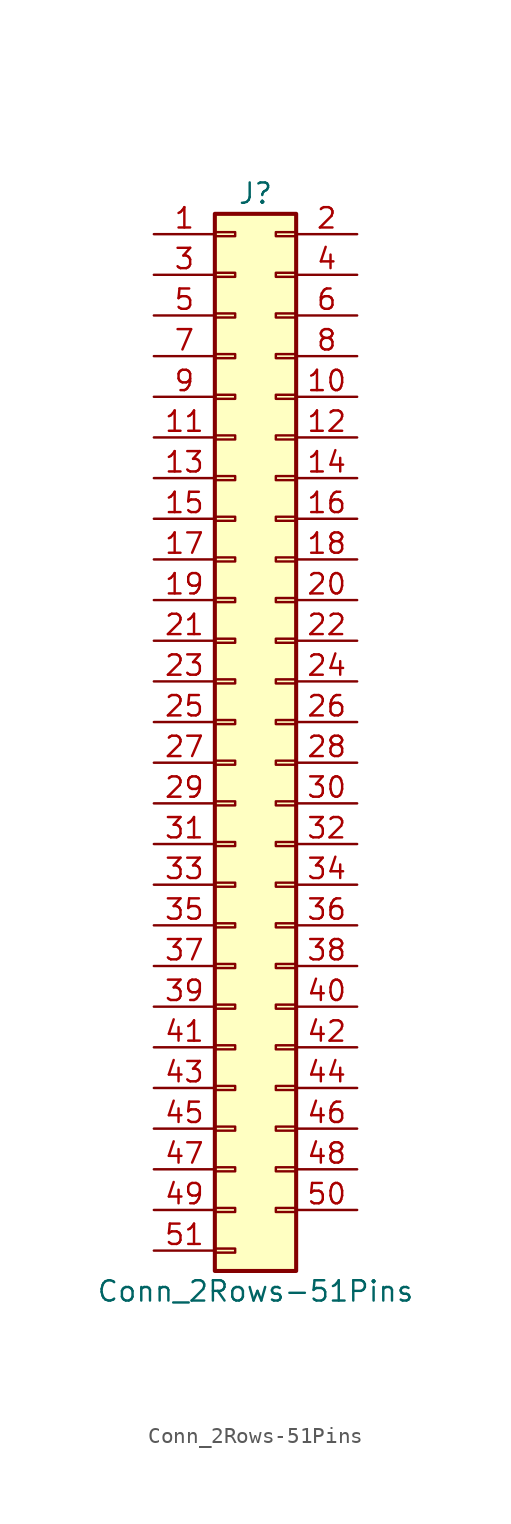
<source format=kicad_sym>
(kicad_symbol_lib
  (version 20220914)
  (generator kicad_symbol_editor)
  (symbol "Conn_2Rows-51Pins"
    (pin_names
      (offset 1.016) hide)
    (property "Reference" "J"
      (at 1.27 33.02 0)
      (effects (font (size 1.27 1.27))))
    (property "Value" "Conn_2Rows-51Pins"
      (at 1.27 -35.56 0)
      (effects (font (size 1.27 1.27))))
    (symbol "Conn_2Rows-51Pins_1_1"
      (rectangle (start -1.27 -32.893) (end 0 -33.147) (stroke (width 0.152) (type default)) (fill (type none)))
      (rectangle (start -1.27 -30.353) (end 0 -30.607) (stroke (width 0.152) (type default)) (fill (type none)))
      (rectangle (start -1.27 -27.813) (end 0 -28.067) (stroke (width 0.152) (type default)) (fill (type none)))
      (rectangle (start -1.27 -25.273) (end 0 -25.527) (stroke (width 0.152) (type default)) (fill (type none)))
      (rectangle (start -1.27 -22.733) (end 0 -22.987) (stroke (width 0.152) (type default)) (fill (type none)))
      (rectangle (start -1.27 -20.193) (end 0 -20.447) (stroke (width 0.152) (type default)) (fill (type none)))
      (rectangle (start -1.27 -17.653) (end 0 -17.907) (stroke (width 0.152) (type default)) (fill (type none)))
      (rectangle (start -1.27 -15.113) (end 0 -15.367) (stroke (width 0.152) (type default)) (fill (type none)))
      (rectangle (start -1.27 -12.573) (end 0 -12.827) (stroke (width 0.152) (type default)) (fill (type none)))
      (rectangle (start -1.27 -10.033) (end 0 -10.287) (stroke (width 0.152) (type default)) (fill (type none)))
      (rectangle (start -1.27 -7.493) (end 0 -7.747) (stroke (width 0.152) (type default)) (fill (type none)))
      (rectangle (start -1.27 -4.953) (end 0 -5.207) (stroke (width 0.152) (type default)) (fill (type none)))
      (rectangle (start -1.27 -2.413) (end 0 -2.667) (stroke (width 0.152) (type default)) (fill (type none)))
      (rectangle (start -1.27 0.127) (end 0 -0.127) (stroke (width 0.152) (type default)) (fill (type none)))
      (rectangle (start -1.27 2.667) (end 0 2.413) (stroke (width 0.152) (type default)) (fill (type none)))
      (rectangle (start -1.27 5.207) (end 0 4.953) (stroke (width 0.152) (type default)) (fill (type none)))
      (rectangle (start -1.27 7.747) (end 0 7.493) (stroke (width 0.152) (type default)) (fill (type none)))
      (rectangle (start -1.27 10.287) (end 0 10.033) (stroke (width 0.152) (type default)) (fill (type none)))
      (rectangle (start -1.27 12.827) (end 0 12.573) (stroke (width 0.152) (type default)) (fill (type none)))
      (rectangle (start -1.27 15.367) (end 0 15.113) (stroke (width 0.152) (type default)) (fill (type none)))
      (rectangle (start -1.27 17.907) (end 0 17.653) (stroke (width 0.152) (type default)) (fill (type none)))
      (rectangle (start -1.27 20.447) (end 0 20.193) (stroke (width 0.152) (type default)) (fill (type none)))
      (rectangle (start -1.27 22.987) (end 0 22.733) (stroke (width 0.152) (type default)) (fill (type none)))
      (rectangle (start -1.27 25.527) (end 0 25.273) (stroke (width 0.152) (type default)) (fill (type none)))
      (rectangle (start -1.27 28.067) (end 0 27.813) (stroke (width 0.152) (type default)) (fill (type none)))
      (rectangle (start -1.27 30.607) (end 0 30.353) (stroke (width 0.152) (type default)) (fill (type none)))
      (rectangle (start -1.27 31.75) (end 3.81 -34.29) (stroke (width 0.254) (type default)) (fill (type background)))
      (rectangle (start 3.81 -30.353) (end 2.54 -30.607) (stroke (width 0.152) (type default)) (fill (type none)))
      (rectangle (start 3.81 -27.813) (end 2.54 -28.067) (stroke (width 0.152) (type default)) (fill (type none)))
      (rectangle (start 3.81 -25.273) (end 2.54 -25.527) (stroke (width 0.152) (type default)) (fill (type none)))
      (rectangle (start 3.81 -22.733) (end 2.54 -22.987) (stroke (width 0.152) (type default)) (fill (type none)))
      (rectangle (start 3.81 -20.193) (end 2.54 -20.447) (stroke (width 0.152) (type default)) (fill (type none)))
      (rectangle (start 3.81 -17.653) (end 2.54 -17.907) (stroke (width 0.152) (type default)) (fill (type none)))
      (rectangle (start 3.81 -15.113) (end 2.54 -15.367) (stroke (width 0.152) (type default)) (fill (type none)))
      (rectangle (start 3.81 -12.573) (end 2.54 -12.827) (stroke (width 0.152) (type default)) (fill (type none)))
      (rectangle (start 3.81 -10.033) (end 2.54 -10.287) (stroke (width 0.152) (type default)) (fill (type none)))
      (rectangle (start 3.81 -7.493) (end 2.54 -7.747) (stroke (width 0.152) (type default)) (fill (type none)))
      (rectangle (start 3.81 -4.953) (end 2.54 -5.207) (stroke (width 0.152) (type default)) (fill (type none)))
      (rectangle (start 3.81 -2.413) (end 2.54 -2.667) (stroke (width 0.152) (type default)) (fill (type none)))
      (rectangle (start 3.81 0.127) (end 2.54 -0.127) (stroke (width 0.152) (type default)) (fill (type none)))
      (rectangle (start 3.81 2.667) (end 2.54 2.413) (stroke (width 0.152) (type default)) (fill (type none)))
      (rectangle (start 3.81 5.207) (end 2.54 4.953) (stroke (width 0.152) (type default)) (fill (type none)))
      (rectangle (start 3.81 7.747) (end 2.54 7.493) (stroke (width 0.152) (type default)) (fill (type none)))
      (rectangle (start 3.81 10.287) (end 2.54 10.033) (stroke (width 0.152) (type default)) (fill (type none)))
      (rectangle (start 3.81 12.827) (end 2.54 12.573) (stroke (width 0.152) (type default)) (fill (type none)))
      (rectangle (start 3.81 15.367) (end 2.54 15.113) (stroke (width 0.152) (type default)) (fill (type none)))
      (rectangle (start 3.81 17.907) (end 2.54 17.653) (stroke (width 0.152) (type default)) (fill (type none)))
      (rectangle (start 3.81 20.447) (end 2.54 20.193) (stroke (width 0.152) (type default)) (fill (type none)))
      (rectangle (start 3.81 22.987) (end 2.54 22.733) (stroke (width 0.152) (type default)) (fill (type none)))
      (rectangle (start 3.81 25.527) (end 2.54 25.273) (stroke (width 0.152) (type default)) (fill (type none)))
      (rectangle (start 3.81 28.067) (end 2.54 27.813) (stroke (width 0.152) (type default)) (fill (type none)))
      (rectangle (start 3.81 30.607) (end 2.54 30.353) (stroke (width 0.152) (type default)) (fill (type none)))
      (pin passive line (at -5.08 30.48 0) (length 3.81) (name "Pin_1" (effects (font (size 1.27 1.27)))) (number "1" (effects (font (size 1.27 1.27)))))
      (pin passive line (at 7.62 20.32 180) (length 3.81) (name "Pin_10" (effects (font (size 1.27 1.27)))) (number "10" (effects (font (size 1.27 1.27)))))
      (pin passive line (at -5.08 17.78 0) (length 3.81) (name "Pin_11" (effects (font (size 1.27 1.27)))) (number "11" (effects (font (size 1.27 1.27)))))
      (pin passive line (at 7.62 17.78 180) (length 3.81) (name "Pin_12" (effects (font (size 1.27 1.27)))) (number "12" (effects (font (size 1.27 1.27)))))
      (pin passive line (at -5.08 15.24 0) (length 3.81) (name "Pin_13" (effects (font (size 1.27 1.27)))) (number "13" (effects (font (size 1.27 1.27)))))
      (pin passive line (at 7.62 15.24 180) (length 3.81) (name "Pin_14" (effects (font (size 1.27 1.27)))) (number "14" (effects (font (size 1.27 1.27)))))
      (pin passive line (at -5.08 12.7 0) (length 3.81) (name "Pin_15" (effects (font (size 1.27 1.27)))) (number "15" (effects (font (size 1.27 1.27)))))
      (pin passive line (at 7.62 12.7 180) (length 3.81) (name "Pin_16" (effects (font (size 1.27 1.27)))) (number "16" (effects (font (size 1.27 1.27)))))
      (pin passive line (at -5.08 10.16 0) (length 3.81) (name "Pin_17" (effects (font (size 1.27 1.27)))) (number "17" (effects (font (size 1.27 1.27)))))
      (pin passive line (at 7.62 10.16 180) (length 3.81) (name "Pin_18" (effects (font (size 1.27 1.27)))) (number "18" (effects (font (size 1.27 1.27)))))
      (pin passive line (at -5.08 7.62 0) (length 3.81) (name "Pin_19" (effects (font (size 1.27 1.27)))) (number "19" (effects (font (size 1.27 1.27)))))
      (pin passive line (at 7.62 30.48 180) (length 3.81) (name "Pin_2" (effects (font (size 1.27 1.27)))) (number "2" (effects (font (size 1.27 1.27)))))
      (pin passive line (at 7.62 7.62 180) (length 3.81) (name "Pin_20" (effects (font (size 1.27 1.27)))) (number "20" (effects (font (size 1.27 1.27)))))
      (pin passive line (at -5.08 5.08 0) (length 3.81) (name "Pin_21" (effects (font (size 1.27 1.27)))) (number "21" (effects (font (size 1.27 1.27)))))
      (pin passive line (at 7.62 5.08 180) (length 3.81) (name "Pin_22" (effects (font (size 1.27 1.27)))) (number "22" (effects (font (size 1.27 1.27)))))
      (pin passive line (at -5.08 2.54 0) (length 3.81) (name "Pin_23" (effects (font (size 1.27 1.27)))) (number "23" (effects (font (size 1.27 1.27)))))
      (pin passive line (at 7.62 2.54 180) (length 3.81) (name "Pin_24" (effects (font (size 1.27 1.27)))) (number "24" (effects (font (size 1.27 1.27)))))
      (pin passive line (at -5.08 0 0) (length 3.81) (name "Pin_25" (effects (font (size 1.27 1.27)))) (number "25" (effects (font (size 1.27 1.27)))))
      (pin passive line (at 7.62 0 180) (length 3.81) (name "Pin_26" (effects (font (size 1.27 1.27)))) (number "26" (effects (font (size 1.27 1.27)))))
      (pin passive line (at -5.08 -2.54 0) (length 3.81) (name "Pin_27" (effects (font (size 1.27 1.27)))) (number "27" (effects (font (size 1.27 1.27)))))
      (pin passive line (at 7.62 -2.54 180) (length 3.81) (name "Pin_28" (effects (font (size 1.27 1.27)))) (number "28" (effects (font (size 1.27 1.27)))))
      (pin passive line (at -5.08 -5.08 0) (length 3.81) (name "Pin_29" (effects (font (size 1.27 1.27)))) (number "29" (effects (font (size 1.27 1.27)))))
      (pin passive line (at -5.08 27.94 0) (length 3.81) (name "Pin_3" (effects (font (size 1.27 1.27)))) (number "3" (effects (font (size 1.27 1.27)))))
      (pin passive line (at 7.62 -5.08 180) (length 3.81) (name "Pin_30" (effects (font (size 1.27 1.27)))) (number "30" (effects (font (size 1.27 1.27)))))
      (pin passive line (at -5.08 -7.62 0) (length 3.81) (name "Pin_31" (effects (font (size 1.27 1.27)))) (number "31" (effects (font (size 1.27 1.27)))))
      (pin passive line (at 7.62 -7.62 180) (length 3.81) (name "Pin_32" (effects (font (size 1.27 1.27)))) (number "32" (effects (font (size 1.27 1.27)))))
      (pin passive line (at -5.08 -10.16 0) (length 3.81) (name "Pin_33" (effects (font (size 1.27 1.27)))) (number "33" (effects (font (size 1.27 1.27)))))
      (pin passive line (at 7.62 -10.16 180) (length 3.81) (name "Pin_34" (effects (font (size 1.27 1.27)))) (number "34" (effects (font (size 1.27 1.27)))))
      (pin passive line (at -5.08 -12.7 0) (length 3.81) (name "Pin_35" (effects (font (size 1.27 1.27)))) (number "35" (effects (font (size 1.27 1.27)))))
      (pin passive line (at 7.62 -12.7 180) (length 3.81) (name "Pin_36" (effects (font (size 1.27 1.27)))) (number "36" (effects (font (size 1.27 1.27)))))
      (pin passive line (at -5.08 -15.24 0) (length 3.81) (name "Pin_37" (effects (font (size 1.27 1.27)))) (number "37" (effects (font (size 1.27 1.27)))))
      (pin passive line (at 7.62 -15.24 180) (length 3.81) (name "Pin_38" (effects (font (size 1.27 1.27)))) (number "38" (effects (font (size 1.27 1.27)))))
      (pin passive line (at -5.08 -17.78 0) (length 3.81) (name "Pin_39" (effects (font (size 1.27 1.27)))) (number "39" (effects (font (size 1.27 1.27)))))
      (pin passive line (at 7.62 27.94 180) (length 3.81) (name "Pin_4" (effects (font (size 1.27 1.27)))) (number "4" (effects (font (size 1.27 1.27)))))
      (pin passive line (at 7.62 -17.78 180) (length 3.81) (name "Pin_40" (effects (font (size 1.27 1.27)))) (number "40" (effects (font (size 1.27 1.27)))))
      (pin passive line (at -5.08 -20.32 0) (length 3.81) (name "Pin_41" (effects (font (size 1.27 1.27)))) (number "41" (effects (font (size 1.27 1.27)))))
      (pin passive line (at 7.62 -20.32 180) (length 3.81) (name "Pin_42" (effects (font (size 1.27 1.27)))) (number "42" (effects (font (size 1.27 1.27)))))
      (pin passive line (at -5.08 -22.86 0) (length 3.81) (name "Pin_43" (effects (font (size 1.27 1.27)))) (number "43" (effects (font (size 1.27 1.27)))))
      (pin passive line (at 7.62 -22.86 180) (length 3.81) (name "Pin_44" (effects (font (size 1.27 1.27)))) (number "44" (effects (font (size 1.27 1.27)))))
      (pin passive line (at -5.08 -25.4 0) (length 3.81) (name "Pin_45" (effects (font (size 1.27 1.27)))) (number "45" (effects (font (size 1.27 1.27)))))
      (pin passive line (at 7.62 -25.4 180) (length 3.81) (name "Pin_46" (effects (font (size 1.27 1.27)))) (number "46" (effects (font (size 1.27 1.27)))))
      (pin passive line (at -5.08 -27.94 0) (length 3.81) (name "Pin_47" (effects (font (size 1.27 1.27)))) (number "47" (effects (font (size 1.27 1.27)))))
      (pin passive line (at 7.62 -27.94 180) (length 3.81) (name "Pin_48" (effects (font (size 1.27 1.27)))) (number "48" (effects (font (size 1.27 1.27)))))
      (pin passive line (at -5.08 -30.48 0) (length 3.81) (name "Pin_49" (effects (font (size 1.27 1.27)))) (number "49" (effects (font (size 1.27 1.27)))))
      (pin passive line (at -5.08 25.4 0) (length 3.81) (name "Pin_5" (effects (font (size 1.27 1.27)))) (number "5" (effects (font (size 1.27 1.27)))))
      (pin passive line (at 7.62 -30.48 180) (length 3.81) (name "Pin_50" (effects (font (size 1.27 1.27)))) (number "50" (effects (font (size 1.27 1.27)))))
      (pin passive line (at -5.08 -33.02 0) (length 3.81) (name "Pin_51" (effects (font (size 1.27 1.27)))) (number "51" (effects (font (size 1.27 1.27)))))
      (pin passive line (at 7.62 25.4 180) (length 3.81) (name "Pin_6" (effects (font (size 1.27 1.27)))) (number "6" (effects (font (size 1.27 1.27)))))
      (pin passive line (at -5.08 22.86 0) (length 3.81) (name "Pin_7" (effects (font (size 1.27 1.27)))) (number "7" (effects (font (size 1.27 1.27)))))
      (pin passive line (at 7.62 22.86 180) (length 3.81) (name "Pin_8" (effects (font (size 1.27 1.27)))) (number "8" (effects (font (size 1.27 1.27)))))
      (pin passive line (at -5.08 20.32 0) (length 3.81) (name "Pin_9" (effects (font (size 1.27 1.27)))) (number "9" (effects (font (size 1.27 1.27))))))))
</source>
